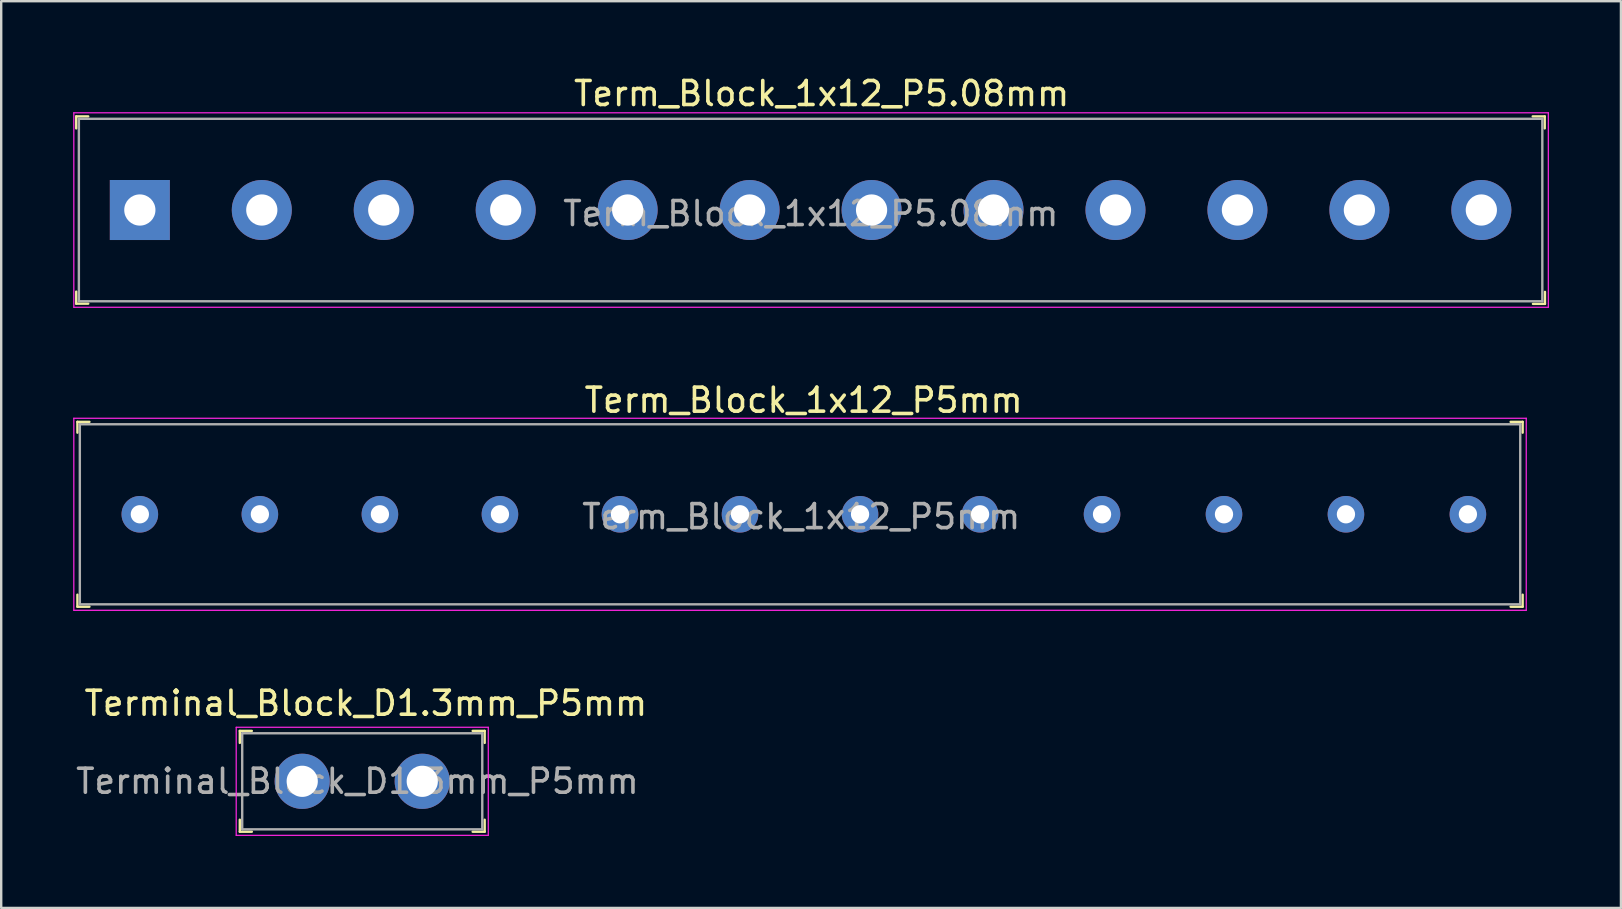
<source format=kicad_pcb>
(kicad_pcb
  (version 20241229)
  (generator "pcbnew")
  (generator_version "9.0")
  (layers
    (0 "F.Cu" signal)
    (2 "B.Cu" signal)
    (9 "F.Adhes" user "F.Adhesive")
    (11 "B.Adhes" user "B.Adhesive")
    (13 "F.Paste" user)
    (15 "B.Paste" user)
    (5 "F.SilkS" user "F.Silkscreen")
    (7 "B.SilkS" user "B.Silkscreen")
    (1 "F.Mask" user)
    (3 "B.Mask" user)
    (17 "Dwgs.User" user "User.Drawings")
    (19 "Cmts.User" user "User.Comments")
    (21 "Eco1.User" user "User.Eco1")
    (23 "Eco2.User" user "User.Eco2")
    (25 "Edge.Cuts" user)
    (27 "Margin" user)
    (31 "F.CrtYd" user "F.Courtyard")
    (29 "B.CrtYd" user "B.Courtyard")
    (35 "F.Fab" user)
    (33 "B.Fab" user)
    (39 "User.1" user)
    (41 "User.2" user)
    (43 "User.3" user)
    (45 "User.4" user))
  (footprint "Term_Block_1x12_P5mm"
    (layer "F.Cu")
    (at 2.775 18.372)
    (property "Reference" "Term_Block_1x12_P5mm" (at 27.65 -4.75 0) (layer "F.SilkS") (effects (font (size 1 1) (thickness 0.15))))
    (attr through_hole)
    (fp_line (start -2.6 -3.85) (end -2.6 -3.4) (stroke (width 0.1) (type solid)) (layer "F.SilkS"))
    (fp_line (start -2.6 -3.85) (end -2.1 -3.85) (stroke (width 0.1) (type solid)) (layer "F.SilkS"))
    (fp_line (start -2.6 3.85) (end -2.6 3.35) (stroke (width 0.1) (type solid)) (layer "F.SilkS"))
    (fp_line (start -2.6 3.85) (end -2.1 3.85) (stroke (width 0.1) (type solid)) (layer "F.SilkS"))
    (fp_line (start 57.6 -3.85) (end 57.1 -3.85) (stroke (width 0.1) (type solid)) (layer "F.SilkS"))
    (fp_line (start 57.6 -3.85) (end 57.6 -3.4) (stroke (width 0.1) (type solid)) (layer "F.SilkS"))
    (fp_line (start 57.6 3.85) (end 57.1 3.85) (stroke (width 0.1) (type solid)) (layer "F.SilkS"))
    (fp_line (start 57.6 3.85) (end 57.6 3.35) (stroke (width 0.1) (type solid)) (layer "F.SilkS"))
    (fp_line (start -2.75 -4) (end -2.75 4) (stroke (width 0.05) (type solid)) (layer "F.CrtYd"))
    (fp_line (start -2.75 -4) (end 57.75 -4) (stroke (width 0.05) (type solid)) (layer "F.CrtYd"))
    (fp_line (start -2.75 4) (end 57.75 4) (stroke (width 0.05) (type solid)) (layer "F.CrtYd"))
    (fp_line (start 57.75 -4) (end 57.75 4) (stroke (width 0.05) (type solid)) (layer "F.CrtYd"))
    (fp_line (start -2.5 -3.75) (end -2.5 3.75) (stroke (width 0.1) (type solid)) (layer "F.Fab"))
    (fp_line (start 57.5 -3.75) (end -2.5 -3.75) (stroke (width 0.1) (type solid)) (layer "F.Fab"))
    (fp_line (start 57.5 -3.75) (end 57.5 3.75) (stroke (width 0.1) (type solid)) (layer "F.Fab"))
    (fp_line (start 57.5 3.75) (end -2.5 3.75) (stroke (width 0.1) (type solid)) (layer "F.Fab"))
    (fp_text user "${REFERENCE}" (at 27.55 0.1 0) (layer "F.Fab") (effects (font (size 1 1) (thickness 0.15))))
    (pad "1" thru_hole circle (at 0 0) (size 1.524 1.524) (drill 0.762) (layers "*.Cu" "*.Mask"))
    (pad "2" thru_hole circle (at 5 0) (size 1.524 1.524) (drill 0.762) (layers "*.Cu" "*.Mask"))
    (pad "3" thru_hole circle (at 10 0) (size 1.524 1.524) (drill 0.762) (layers "*.Cu" "*.Mask"))
    (pad "4" thru_hole circle (at 15 0) (size 1.524 1.524) (drill 0.762) (layers "*.Cu" "*.Mask"))
    (pad "5" thru_hole circle (at 20 0) (size 1.524 1.524) (drill 0.762) (layers "*.Cu" "*.Mask"))
    (pad "6" thru_hole circle (at 25 0) (size 1.524 1.524) (drill 0.762) (layers "*.Cu" "*.Mask"))
    (pad "7" thru_hole circle (at 30 0) (size 1.524 1.524) (drill 0.762) (layers "*.Cu" "*.Mask"))
    (pad "8" thru_hole circle (at 35 0) (size 1.524 1.524) (drill 0.762) (layers "*.Cu" "*.Mask"))
    (pad "9" thru_hole circle (at 40.08 0) (size 1.524 1.524) (drill 0.762) (layers "*.Cu" "*.Mask"))
    (pad "10" thru_hole circle (at 45.16 0) (size 1.524 1.524) (drill 0.762) (layers "*.Cu" "*.Mask"))
    (pad "11" thru_hole circle (at 50.24 0) (size 1.524 1.524) (drill 0.762) (layers "*.Cu" "*.Mask"))
    (pad "12" thru_hole circle (at 55.32 0) (size 1.524 1.524) (drill 0.762) (layers "*.Cu" "*.Mask")))
  (footprint "Terminal_Block_D1.3mm_P5mm"
    (layer "F.Cu")
    (at 9.539 29.495)
    (property "Reference" "Terminal_Block_D1.3mm_P5mm" (at 2.65 -3.25 0) (layer "F.SilkS") (effects (font (size 1 1) (thickness 0.15))))
    (attr through_hole)
    (fp_line (start -2.6 -2.1) (end -2.6 -1.6) (stroke (width 0.1) (type solid)) (layer "F.SilkS"))
    (fp_line (start -2.6 -2.1) (end -2.1 -2.1) (stroke (width 0.1) (type solid)) (layer "F.SilkS"))
    (fp_line (start -2.6 2.1) (end -2.6 1.6) (stroke (width 0.1) (type solid)) (layer "F.SilkS"))
    (fp_line (start -2.6 2.1) (end -2.1 2.1) (stroke (width 0.1) (type solid)) (layer "F.SilkS"))
    (fp_line (start 7.6 -2.1) (end 7.1 -2.1) (stroke (width 0.1) (type solid)) (layer "F.SilkS"))
    (fp_line (start 7.6 -2.1) (end 7.6 -1.6) (stroke (width 0.1) (type solid)) (layer "F.SilkS"))
    (fp_line (start 7.6 2.1) (end 7.1 2.1) (stroke (width 0.1) (type solid)) (layer "F.SilkS"))
    (fp_line (start 7.6 2.1) (end 7.6 1.6) (stroke (width 0.1) (type solid)) (layer "F.SilkS"))
    (fp_line (start -2.75 -2.25) (end -2.75 2.25) (stroke (width 0.05) (type solid)) (layer "F.CrtYd"))
    (fp_line (start -2.75 -2.25) (end 7.75 -2.25) (stroke (width 0.05) (type solid)) (layer "F.CrtYd"))
    (fp_line (start -2.75 2.25) (end 7.75 2.25) (stroke (width 0.05) (type solid)) (layer "F.CrtYd"))
    (fp_line (start 7.75 -2.25) (end 7.75 2.25) (stroke (width 0.05) (type solid)) (layer "F.CrtYd"))
    (fp_line (start -2.5 -2) (end -2.5 2) (stroke (width 0.1) (type solid)) (layer "F.Fab"))
    (fp_line (start -2.5 -2) (end 7.5 -2) (stroke (width 0.1) (type solid)) (layer "F.Fab"))
    (fp_line (start -2.5 2) (end 7.5 2) (stroke (width 0.1) (type solid)) (layer "F.Fab"))
    (fp_line (start 7.5 -2) (end 7.5 2) (stroke (width 0.1) (type solid)) (layer "F.Fab"))
    (fp_text user "${REFERENCE}" (at 2.3 0 0) (layer "F.Fab") (effects (font (size 1 1) (thickness 0.15))))
    (pad "1" thru_hole circle (at 0 0) (size 2.3 2.3) (drill 1.3) (layers "*.Cu" "*.Mask"))
    (pad "2" thru_hole circle (at 5 0) (size 2.3 2.3) (drill 1.3) (layers "*.Cu" "*.Mask")))
  (footprint "Term_Block_1x12_P5.08mm"
    (layer "F.Cu")
    (at 2.775 5.698)
    (property "Reference" "Term_Block_1x12_P5.08mm" (at 28.4 -4.85 0) (layer "F.SilkS") (effects (font (size 1 1) (thickness 0.15))))
    (attr through_hole)
    (fp_line (start -2.65 -3.9) (end -2.65 -3.4) (stroke (width 0.1) (type solid)) (layer "F.SilkS"))
    (fp_line (start -2.65 -3.9) (end -2.15 -3.9) (stroke (width 0.1) (type solid)) (layer "F.SilkS"))
    (fp_line (start -2.65 3.4) (end -2.65 3.9) (stroke (width 0.1) (type solid)) (layer "F.SilkS"))
    (fp_line (start -2.65 3.9) (end -2.15 3.9) (stroke (width 0.1) (type solid)) (layer "F.SilkS"))
    (fp_line (start 58.52 -3.9) (end 58.02 -3.9) (stroke (width 0.1) (type solid)) (layer "F.SilkS"))
    (fp_line (start 58.52 -3.9) (end 58.52 -3.4) (stroke (width 0.1) (type solid)) (layer "F.SilkS"))
    (fp_line (start 58.53 3.41) (end 58.53 3.91) (stroke (width 0.1) (type solid)) (layer "F.SilkS"))
    (fp_line (start 58.53 3.91) (end 58.03 3.91) (stroke (width 0.1) (type solid)) (layer "F.SilkS"))
    (fp_line (start -2.75 -4.05) (end -2.75 4.05) (stroke (width 0.05) (type solid)) (layer "F.CrtYd"))
    (fp_line (start 58.67 -4.05) (end -2.75 -4.05) (stroke (width 0.05) (type solid)) (layer "F.CrtYd"))
    (fp_line (start 58.67 -4.05) (end 58.67 4.05) (stroke (width 0.05) (type solid)) (layer "F.CrtYd"))
    (fp_line (start 58.67 4.05) (end -2.75 4.05) (stroke (width 0.05) (type solid)) (layer "F.CrtYd"))
    (fp_line (start -2.54 -3.8) (end -2.54 3.8) (stroke (width 0.1) (type solid)) (layer "F.Fab"))
    (fp_line (start -2.54 -3.8) (end 58.42 -3.8) (stroke (width 0.1) (type solid)) (layer "F.Fab"))
    (fp_line (start -2.54 3.8) (end 58.42 3.8) (stroke (width 0.1) (type solid)) (layer "F.Fab"))
    (fp_line (start 58.42 -3.8) (end 58.42 3.8) (stroke (width 0.1) (type solid)) (layer "F.Fab"))
    (fp_text user "${REFERENCE}" (at 27.95 0.15 0) (layer "F.Fab") (effects (font (size 1 1) (thickness 0.15))))
    (pad "1" thru_hole rect (at 0 0) (size 2.5 2.5) (drill 1.3) (layers "*.Cu" "*.Mask"))
    (pad "2" thru_hole circle (at 5.08 0) (size 2.5 2.5) (drill 1.3) (layers "*.Cu" "*.Mask"))
    (pad "3" thru_hole circle (at 10.16 0) (size 2.5 2.5) (drill 1.3) (layers "*.Cu" "*.Mask"))
    (pad "4" thru_hole circle (at 15.24 0) (size 2.5 2.5) (drill 1.3) (layers "*.Cu" "*.Mask"))
    (pad "5" thru_hole circle (at 20.32 0) (size 2.5 2.5) (drill 1.3) (layers "*.Cu" "*.Mask"))
    (pad "6" thru_hole circle (at 25.4 0) (size 2.5 2.5) (drill 1.3) (layers "*.Cu" "*.Mask"))
    (pad "7" thru_hole circle (at 30.48 0) (size 2.5 2.5) (drill 1.3) (layers "*.Cu" "*.Mask"))
    (pad "8" thru_hole circle (at 35.56 0) (size 2.5 2.5) (drill 1.3) (layers "*.Cu" "*.Mask"))
    (pad "9" thru_hole circle (at 40.64 0) (size 2.5 2.5) (drill 1.3) (layers "*.Cu" "*.Mask"))
    (pad "10" thru_hole circle (at 45.72 0) (size 2.5 2.5) (drill 1.3) (layers "*.Cu" "*.Mask"))
    (pad "11" thru_hole circle (at 50.8 0) (size 2.5 2.5) (drill 1.3) (layers "*.Cu" "*.Mask"))
    (pad "12" thru_hole circle (at 55.88 0) (size 2.5 2.5) (drill 1.3) (layers "*.Cu" "*.Mask")))
  (gr_rect
    (start -3 -3)
    (end 64.47 34.77)
    (stroke (width 0.1) (type default))
    (fill no)
    (layer "Edge.Cuts")))
</source>
